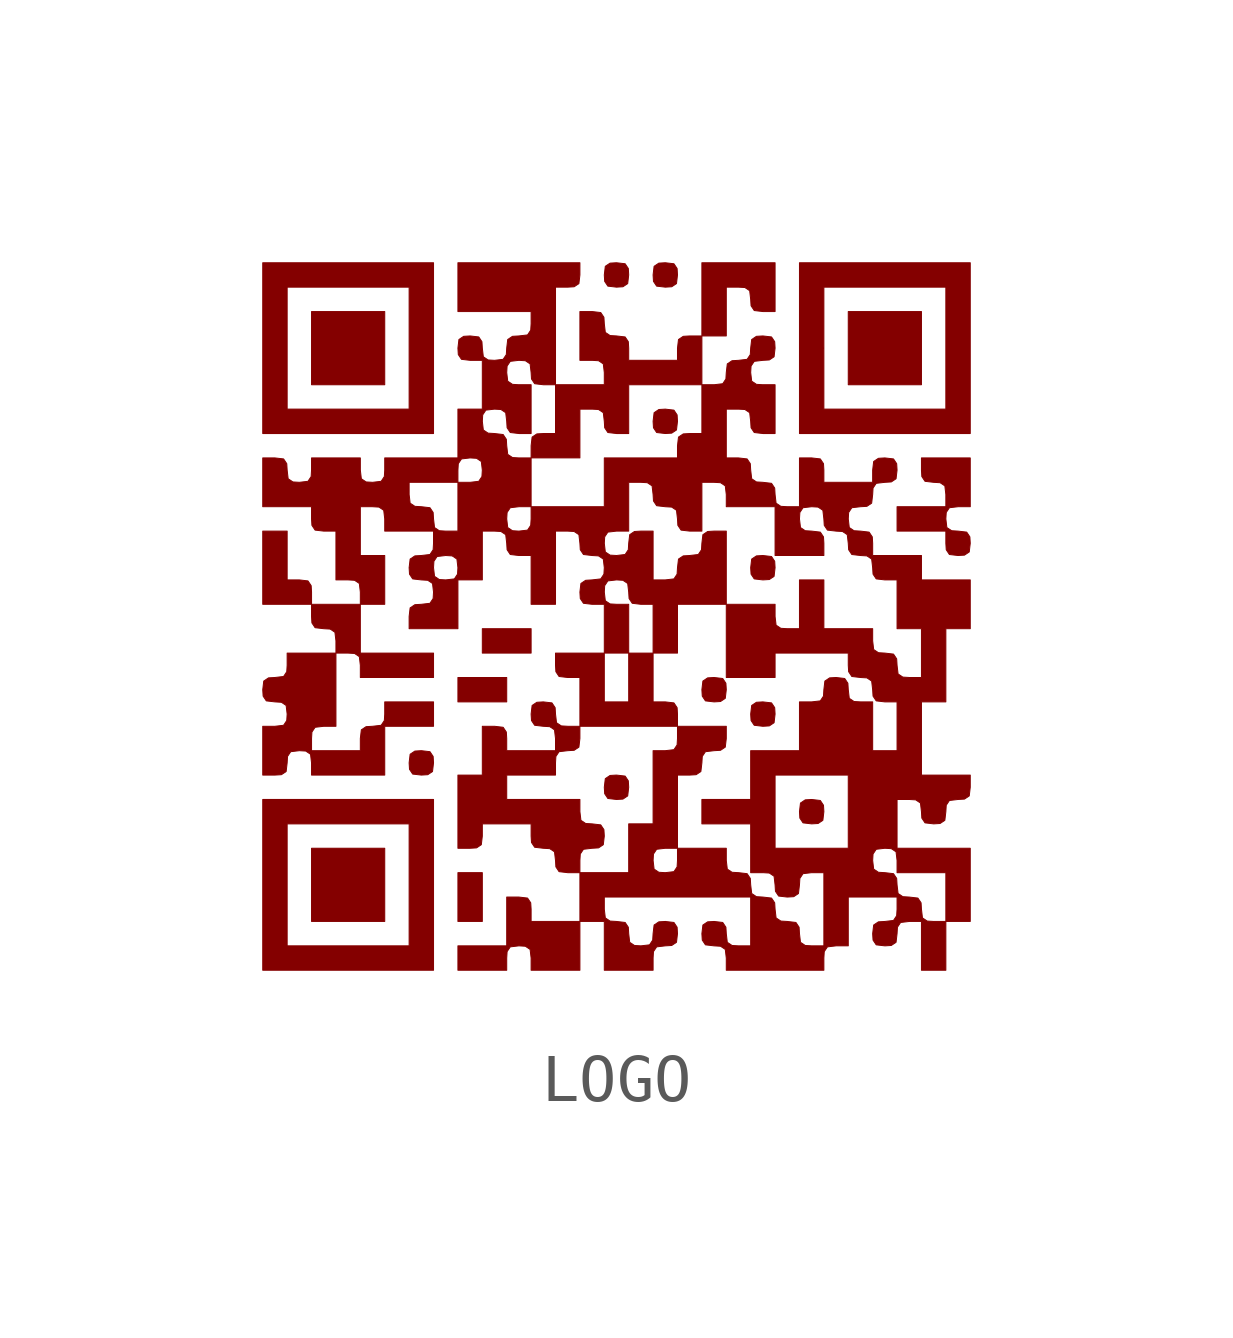
<source format=kicad_sym>
(kicad_symbol_lib
  (version 20241209)
  (generator "kicad_symbol_editor")
  (generator_version "9.0")
  (symbol "LOGO"
    (pin_names
      (offset 1.016))
    (property "Reference" "#G"
      (at 0 8.763 0)
      (effects (font (size 1.27 1.27)) (hide yes)))
    (symbol "LOGO_0_0"
      (polyline (pts (xy -6.978 -3.294) (xy -6.879 -3.228) (xy -6.858 -3.048) (xy -6.85 -2.914) (xy -6.784 -2.815) (xy -6.604 -2.794) (xy -6.47 -2.802) (xy -6.371 -2.868) (xy -6.35 -3.048) (xy -6.35 -3.302) (xy -5.588 -3.302) (xy -4.826 -3.302) (xy -4.826 -2.794) (xy -4.826 -2.286) (xy -4.318 -2.286) (xy -3.81 -2.286) (xy -3.81 -2.032) (xy -3.81 -1.778) (xy -4.318 -1.778) (xy -4.826 -1.778) (xy -4.826 -2.032) (xy -4.834 -2.166) (xy -4.9 -2.265) (xy -5.08 -2.286) (xy -5.214 -2.294) (xy -5.313 -2.36) (xy -5.334 -2.54) (xy -5.334 -2.794) (xy -5.842 -2.794) (xy -6.35 -2.794) (xy -6.35 -2.54) (xy -6.342 -2.406) (xy -6.276 -2.307) (xy -6.096 -2.286) (xy -5.842 -2.286) (xy -5.842 -1.524) (xy -5.842 -0.762) (xy -5.588 -0.762) (xy -5.454 -0.77) (xy -5.355 -0.836) (xy -5.334 -1.016) (xy -5.334 -1.27) (xy -4.572 -1.27) (xy -3.81 -1.27) (xy -3.81 -1.016) (xy -3.81 -0.762) (xy -4.572 -0.762) (xy -5.334 -0.762) (xy -5.334 -0.254) (xy -5.334 0.254) (xy -5.842 0.254) (xy -6.35 0.254) (xy -6.35 0.508) (xy -6.358 0.642) (xy -6.424 0.741) (xy -6.604 0.762) (xy -6.858 0.762) (xy -6.858 1.27) (xy -6.858 1.778) (xy -7.112 1.778) (xy -7.366 1.778) (xy -7.366 1.016) (xy -7.366 0.254) (xy -6.858 0.254) (xy -6.35 0.254) (xy -6.35 0) (xy -6.342 -0.134) (xy -6.276 -0.233) (xy -6.096 -0.254) (xy -5.962 -0.262) (xy -5.863 -0.328) (xy -5.842 -0.508) (xy -5.842 -0.762) (xy -6.35 -0.762) (xy -6.858 -0.762) (xy -6.858 -1.016) (xy -6.866 -1.15) (xy -6.932 -1.249) (xy -7.112 -1.27) (xy -7.246 -1.278) (xy -7.345 -1.344) (xy -7.366 -1.524) (xy -7.358 -1.658) (xy -7.292 -1.757) (xy -7.112 -1.778) (xy -6.978 -1.786) (xy -6.879 -1.852) (xy -6.858 -2.032) (xy -6.866 -2.166) (xy -6.932 -2.265) (xy -7.112 -2.286) (xy -7.366 -2.286) (xy -7.366 -2.794) (xy -7.366 -3.302) (xy -7.112 -3.302) (xy -6.978 -3.294)) (stroke (width 0.01) (type default)) (fill (type outline)))
      (polyline (pts (xy -4.826 5.588) (xy -4.826 6.35) (xy -5.588 6.35) (xy -6.35 6.35) (xy -6.35 5.588) (xy -6.35 4.826) (xy -5.588 4.826) (xy -4.826 4.826) (xy -4.826 5.588)) (stroke (width 0.01) (type default)) (fill (type outline)))
      (polyline (pts (xy -4.826 -5.588) (xy -4.826 -4.826) (xy -5.588 -4.826) (xy -6.35 -4.826) (xy -6.35 -5.588) (xy -6.35 -6.35) (xy -5.588 -6.35) (xy -4.826 -6.35) (xy -4.826 -5.588)) (stroke (width 0.01) (type default)) (fill (type outline)))
      (polyline (pts (xy -3.93 -3.294) (xy -3.831 -3.228) (xy -3.81 -3.048) (xy -3.818 -2.914) (xy -3.884 -2.815) (xy -4.064 -2.794) (xy -4.198 -2.802) (xy -4.297 -2.868) (xy -4.318 -3.048) (xy -4.31 -3.182) (xy -4.244 -3.281) (xy -4.064 -3.302) (xy -3.93 -3.294)) (stroke (width 0.01) (type default)) (fill (type outline)))
      (polyline (pts (xy -3.81 5.588) (xy -3.81 7.366) (xy -5.588 7.366) (xy -7.366 7.366) (xy -7.366 5.588) (xy -6.858 5.588) (xy -6.858 6.858) (xy -5.588 6.858) (xy -4.318 6.858) (xy -4.318 5.588) (xy -4.318 4.318) (xy -5.588 4.318) (xy -6.858 4.318) (xy -6.858 5.588) (xy -7.366 5.588) (xy -7.366 3.81) (xy -5.588 3.81) (xy -3.81 3.81) (xy -3.81 5.588)) (stroke (width 0.01) (type default)) (fill (type outline)))
      (polyline (pts (xy -3.81 -5.588) (xy -3.81 -3.81) (xy -5.588 -3.81) (xy -7.366 -3.81) (xy -7.366 -5.588) (xy -6.858 -5.588) (xy -6.858 -4.318) (xy -5.588 -4.318) (xy -4.318 -4.318) (xy -4.318 -5.588) (xy -4.318 -6.858) (xy -5.588 -6.858) (xy -6.858 -6.858) (xy -6.858 -5.588) (xy -7.366 -5.588) (xy -7.366 -7.366) (xy -5.588 -7.366) (xy -3.81 -7.366) (xy -3.81 -5.588)) (stroke (width 0.01) (type default)) (fill (type outline)))
      (polyline (pts (xy -2.794 -5.842) (xy -2.794 -5.334) (xy -3.048 -5.334) (xy -3.302 -5.334) (xy -3.302 -5.842) (xy -3.302 -6.35) (xy -3.048 -6.35) (xy -2.794 -6.35) (xy -2.794 -5.842)) (stroke (width 0.01) (type default)) (fill (type outline)))
      (polyline (pts (xy -2.286 -1.524) (xy -2.286 -1.27) (xy -2.794 -1.27) (xy -3.302 -1.27) (xy -3.302 -1.524) (xy -3.302 -1.778) (xy -2.794 -1.778) (xy -2.286 -1.778) (xy -2.286 -1.524)) (stroke (width 0.01) (type default)) (fill (type outline)))
      (polyline (pts (xy -2.286 -7.112) (xy -2.278 -6.978) (xy -2.212 -6.879) (xy -2.032 -6.858) (xy -1.898 -6.866) (xy -1.799 -6.932) (xy -1.778 -7.112) (xy -1.778 -7.366) (xy -1.27 -7.366) (xy -0.762 -7.366) (xy -0.762 -6.858) (xy -0.762 -6.35) (xy -0.508 -6.35) (xy -0.254 -6.35) (xy -0.254 -6.858) (xy -0.254 -7.366) (xy 0.254 -7.366) (xy 0.762 -7.366) (xy 0.762 -7.112) (xy 0.77 -6.978) (xy 0.836 -6.879) (xy 1.016 -6.858) (xy 1.15 -6.85) (xy 1.249 -6.784) (xy 1.27 -6.604) (xy 1.262 -6.47) (xy 1.196 -6.371) (xy 1.016 -6.35) (xy 0.882 -6.358) (xy 0.783 -6.424) (xy 0.762 -6.604) (xy 0.754 -6.738) (xy 0.688 -6.837) (xy 0.508 -6.858) (xy 0.374 -6.85) (xy 0.275 -6.784) (xy 0.254 -6.604) (xy 0.246 -6.47) (xy 0.18 -6.371) (xy 0 -6.35) (xy -0.134 -6.342) (xy -0.233 -6.276) (xy -0.254 -6.096) (xy -0.254 -5.842) (xy 1.27 -5.842) (xy 2.794 -5.842) (xy 2.794 -6.35) (xy 2.794 -6.858) (xy 2.54 -6.858) (xy 2.406 -6.85) (xy 2.307 -6.784) (xy 2.286 -6.604) (xy 2.278 -6.47) (xy 2.212 -6.371) (xy 2.032 -6.35) (xy 1.898 -6.358) (xy 1.799 -6.424) (xy 1.778 -6.604) (xy 1.786 -6.738) (xy 1.852 -6.837) (xy 2.032 -6.858) (xy 2.166 -6.866) (xy 2.265 -6.932) (xy 2.286 -7.112) (xy 2.286 -7.366) (xy 3.302 -7.366) (xy 4.318 -7.366) (xy 4.318 -7.112) (xy 4.326 -6.978) (xy 4.392 -6.879) (xy 4.572 -6.858) (xy 4.826 -6.858) (xy 4.826 -6.35) (xy 4.826 -5.842) (xy 5.334 -5.842) (xy 5.842 -5.842) (xy 5.842 -6.096) (xy 5.834 -6.23) (xy 5.768 -6.329) (xy 5.588 -6.35) (xy 5.454 -6.358) (xy 5.355 -6.424) (xy 5.334 -6.604) (xy 5.342 -6.738) (xy 5.408 -6.837) (xy 5.588 -6.858) (xy 5.722 -6.85) (xy 5.821 -6.784) (xy 5.842 -6.604) (xy 5.85 -6.47) (xy 5.916 -6.371) (xy 6.096 -6.35) (xy 6.35 -6.35) (xy 6.35 -6.858) (xy 6.35 -7.366) (xy 6.604 -7.366) (xy 6.858 -7.366) (xy 6.858 -6.858) (xy 6.858 -6.35) (xy 6.604 -6.35) (xy 6.47 -6.342) (xy 6.371 -6.276) (xy 6.35 -6.096) (xy 6.342 -5.962) (xy 6.276 -5.863) (xy 6.096 -5.842) (xy 5.962 -5.834) (xy 5.863 -5.768) (xy 5.842 -5.588) (xy 5.834 -5.454) (xy 5.768 -5.355) (xy 5.588 -5.334) (xy 5.454 -5.326) (xy 5.355 -5.26) (xy 5.334 -5.08) (xy 5.342 -4.946) (xy 5.408 -4.847) (xy 5.588 -4.826) (xy 5.722 -4.834) (xy 5.821 -4.9) (xy 5.842 -5.08) (xy 5.842 -5.334) (xy 6.35 -5.334) (xy 6.858 -5.334) (xy 6.858 -5.842) (xy 6.858 -6.35) (xy 7.112 -6.35) (xy 7.366 -6.35) (xy 7.366 -5.588) (xy 7.366 -4.826) (xy 6.604 -4.826) (xy 5.842 -4.826) (xy 5.842 -4.318) (xy 5.842 -3.81) (xy 6.096 -3.81) (xy 6.23 -3.818) (xy 6.329 -3.884) (xy 6.35 -4.064) (xy 6.358 -4.198) (xy 6.424 -4.297) (xy 6.604 -4.318) (xy 6.738 -4.31) (xy 6.837 -4.244) (xy 6.858 -4.064) (xy 6.866 -3.93) (xy 6.932 -3.831) (xy 7.112 -3.81) (xy 7.246 -3.802) (xy 7.345 -3.736) (xy 7.366 -3.556) (xy 7.366 -3.302) (xy 6.858 -3.302) (xy 6.35 -3.302) (xy 6.35 -2.54) (xy 6.35 -1.778) (xy 6.604 -1.778) (xy 6.858 -1.778) (xy 6.858 -1.016) (xy 6.858 -0.254) (xy 7.112 -0.254) (xy 7.366 -0.254) (xy 7.366 0.254) (xy 7.366 0.762) (xy 6.858 0.762) (xy 6.35 0.762) (xy 6.35 1.016) (xy 6.35 1.27) (xy 5.842 1.27) (xy 5.334 1.27) (xy 5.334 1.524) (xy 5.326 1.658) (xy 5.26 1.757) (xy 5.08 1.778) (xy 4.946 1.786) (xy 4.847 1.852) (xy 4.826 2.032) (xy 4.834 2.166) (xy 4.9 2.265) (xy 5.08 2.286) (xy 5.214 2.294) (xy 5.313 2.36) (xy 5.334 2.54) (xy 5.342 2.674) (xy 5.408 2.773) (xy 5.588 2.794) (xy 5.722 2.802) (xy 5.821 2.868) (xy 5.842 3.048) (xy 5.834 3.182) (xy 5.768 3.281) (xy 5.588 3.302) (xy 5.454 3.294) (xy 5.355 3.228) (xy 5.334 3.048) (xy 5.334 2.794) (xy 4.826 2.794) (xy 4.318 2.794) (xy 4.318 3.048) (xy 4.31 3.182) (xy 4.244 3.281) (xy 4.064 3.302) (xy 3.81 3.302) (xy 3.81 2.794) (xy 3.81 2.286) (xy 3.556 2.286) (xy 3.422 2.294) (xy 3.323 2.36) (xy 3.302 2.54) (xy 3.294 2.674) (xy 3.228 2.773) (xy 3.048 2.794) (xy 2.914 2.802) (xy 2.815 2.868) (xy 2.794 3.048) (xy 2.786 3.182) (xy 2.72 3.281) (xy 2.54 3.302) (xy 2.286 3.302) (xy 2.286 3.81) (xy 2.286 4.318) (xy 2.54 4.318) (xy 2.674 4.31) (xy 2.773 4.244) (xy 2.794 4.064) (xy 2.802 3.93) (xy 2.868 3.831) (xy 3.048 3.81) (xy 3.302 3.81) (xy 3.302 4.318) (xy 3.302 4.826) (xy 3.048 4.826) (xy 2.914 4.834) (xy 2.815 4.9) (xy 2.794 5.08) (xy 2.802 5.214) (xy 2.868 5.313) (xy 3.048 5.334) (xy 3.182 5.342) (xy 3.281 5.408) (xy 3.302 5.588) (xy 3.294 5.722) (xy 3.228 5.821) (xy 3.048 5.842) (xy 2.914 5.834) (xy 2.815 5.768) (xy 2.794 5.588) (xy 2.786 5.454) (xy 2.72 5.355) (xy 2.54 5.334) (xy 2.406 5.326) (xy 2.307 5.26) (xy 2.286 5.08) (xy 2.278 4.946) (xy 2.212 4.847) (xy 2.032 4.826) (xy 1.778 4.826) (xy 1.778 5.334) (xy 1.778 5.842) (xy 1.524 5.842) (xy 1.39 5.834) (xy 1.291 5.768) (xy 1.27 5.588) (xy 1.27 5.334) (xy 0.762 5.334) (xy 0.254 5.334) (xy 0.254 5.588) (xy 0.246 5.722) (xy 0.18 5.821) (xy 0 5.842) (xy -0.134 5.85) (xy -0.233 5.916) (xy -0.254 6.096) (xy -0.262 6.23) (xy -0.328 6.329) (xy -0.508 6.35) (xy -0.762 6.35) (xy -0.762 5.842) (xy -0.762 5.334) (xy -0.508 5.334) (xy -0.374 5.326) (xy -0.275 5.26) (xy -0.254 5.08) (xy -0.254 4.826) (xy -0.762 4.826) (xy -1.27 4.826) (xy -1.27 5.842) (xy -1.27 6.858) (xy -1.016 6.858) (xy -0.882 6.866) (xy -0.783 6.932) (xy -0.762 7.112) (xy -0.762 7.366) (xy -2.032 7.366) (xy -3.302 7.366) (xy -3.302 6.858) (xy -3.302 6.35) (xy -2.54 6.35) (xy -1.778 6.35) (xy -1.778 6.096) (xy -1.786 5.962) (xy -1.852 5.863) (xy -2.032 5.842) (xy -2.166 5.834) (xy -2.265 5.768) (xy -2.286 5.588) (xy -2.294 5.454) (xy -2.36 5.355) (xy -2.54 5.334) (xy -2.674 5.342) (xy -2.773 5.408) (xy -2.794 5.588) (xy -2.802 5.722) (xy -2.868 5.821) (xy -3.048 5.842) (xy -3.182 5.834) (xy -3.281 5.768) (xy -3.302 5.588) (xy -3.294 5.454) (xy -3.228 5.355) (xy -3.048 5.334) (xy -2.794 5.334) (xy -2.794 4.826) (xy -2.794 4.318) (xy -3.048 4.318) (xy -3.302 4.318) (xy -3.302 4.064) (xy -2.794 4.064) (xy -2.786 4.198) (xy -2.72 4.297) (xy -2.54 4.318) (xy -2.406 4.31) (xy -2.307 4.244) (xy -2.286 4.064) (xy -2.278 3.93) (xy -2.212 3.831) (xy -2.032 3.81) (xy -1.778 3.81) (xy -1.778 4.318) (xy -1.778 4.826) (xy -2.032 4.826) (xy -2.166 4.834) (xy -2.265 4.9) (xy -2.286 5.08) (xy -2.278 5.214) (xy -2.212 5.313) (xy -2.032 5.334) (xy -1.898 5.326) (xy -1.799 5.26) (xy -1.778 5.08) (xy -1.77 4.946) (xy -1.704 4.847) (xy -1.524 4.826) (xy -1.27 4.826) (xy -1.27 4.318) (xy -1.27 3.81) (xy -1.524 3.81) (xy -1.658 3.802) (xy -1.757 3.736) (xy -1.778 3.556) (xy -1.778 3.302) (xy -1.27 3.302) (xy -0.762 3.302) (xy -0.762 3.81) (xy -0.762 4.318) (xy -0.508 4.318) (xy -0.374 4.31) (xy -0.275 4.244) (xy -0.254 4.064) (xy -0.246 3.93) (xy -0.18 3.831) (xy 0 3.81) (xy 0.254 3.81) (xy 0.254 4.318) (xy 0.254 4.826) (xy 1.016 4.826) (xy 1.778 4.826) (xy 1.778 4.318) (xy 1.778 3.81) (xy 1.524 3.81) (xy 1.39 3.802) (xy 1.291 3.736) (xy 1.27 3.556) (xy 1.27 3.302) (xy 0.508 3.302) (xy -0.254 3.302) (xy -0.254 2.794) (xy -0.254 2.286) (xy -1.016 2.286) (xy -1.778 2.286) (xy -1.778 2.794) (xy -1.778 3.302) (xy -2.032 3.302) (xy -2.166 3.31) (xy -2.265 3.376) (xy -2.286 3.556) (xy -2.294 3.69) (xy -2.36 3.789) (xy -2.54 3.81) (xy -2.674 3.818) (xy -2.773 3.884) (xy -2.794 4.064) (xy -3.302 4.064) (xy -3.302 3.81) (xy -3.302 3.302) (xy -4.064 3.302) (xy -4.826 3.302) (xy -4.826 3.048) (xy -3.302 3.048) (xy -3.294 3.182) (xy -3.228 3.281) (xy -3.048 3.302) (xy -2.914 3.294) (xy -2.815 3.228) (xy -2.794 3.048) (xy -2.802 2.914) (xy -2.868 2.815) (xy -3.048 2.794) (xy -3.302 2.794) (xy -3.302 3.048) (xy -4.826 3.048) (xy -4.834 2.914) (xy -4.9 2.815) (xy -5.08 2.794) (xy -5.214 2.802) (xy -5.313 2.868) (xy -5.334 3.048) (xy -5.334 3.302) (xy -5.842 3.302) (xy -6.35 3.302) (xy -6.35 3.048) (xy -6.358 2.914) (xy -6.424 2.815) (xy -6.604 2.794) (xy -6.738 2.802) (xy -6.837 2.868) (xy -6.858 3.048) (xy -6.866 3.182) (xy -6.932 3.281) (xy -7.112 3.302) (xy -7.366 3.302) (xy -7.366 2.794) (xy -7.366 2.54) (xy -4.318 2.54) (xy -4.318 2.794) (xy -3.81 2.794) (xy -3.302 2.794) (xy -3.302 2.286) (xy -3.302 2.032) (xy -2.286 2.032) (xy -2.278 2.166) (xy -2.212 2.265) (xy -2.032 2.286) (xy -1.778 2.286) (xy -1.778 2.032) (xy -1.786 1.898) (xy -1.852 1.799) (xy -2.032 1.778) (xy -2.166 1.786) (xy -2.265 1.852) (xy -2.286 2.032) (xy -3.302 2.032) (xy -3.302 1.778) (xy -3.556 1.778) (xy -3.69 1.786) (xy -3.789 1.852) (xy -3.81 2.032) (xy -3.818 2.166) (xy -3.884 2.265) (xy -4.064 2.286) (xy -4.198 2.294) (xy -4.297 2.36) (xy -4.318 2.54) (xy -7.366 2.54) (xy -7.366 2.286) (xy -6.858 2.286) (xy -6.35 2.286) (xy -6.35 2.032) (xy -6.342 1.898) (xy -6.276 1.799) (xy -6.096 1.778) (xy -5.842 1.778) (xy -5.842 1.27) (xy -5.842 0.762) (xy -5.588 0.762) (xy -5.454 0.754) (xy -5.355 0.688) (xy -5.334 0.508) (xy -5.334 0.254) (xy -5.08 0.254) (xy -4.826 0.254) (xy -4.826 0.762) (xy -4.826 1.27) (xy -5.08 1.27) (xy -5.334 1.27) (xy -5.334 1.778) (xy -5.334 2.286) (xy -5.08 2.286) (xy -4.946 2.278) (xy -4.847 2.212) (xy -4.826 2.032) (xy -4.826 1.778) (xy -4.318 1.778) (xy -3.81 1.778) (xy -3.81 1.524) (xy -3.818 1.39) (xy -3.884 1.291) (xy -4.064 1.27) (xy -4.198 1.262) (xy -4.297 1.196) (xy -4.318 1.016) (xy -3.81 1.016) (xy -3.802 1.15) (xy -3.736 1.249) (xy -3.556 1.27) (xy -3.422 1.262) (xy -3.323 1.196) (xy -3.302 1.016) (xy -3.31 0.882) (xy -3.376 0.783) (xy -3.556 0.762) (xy -3.69 0.77) (xy -3.789 0.836) (xy -3.81 1.016) (xy -4.318 1.016) (xy -4.31 0.882) (xy -4.244 0.783) (xy -4.064 0.762) (xy -3.93 0.754) (xy -3.831 0.688) (xy -3.81 0.508) (xy -3.818 0.374) (xy -3.884 0.275) (xy -4.064 0.254) (xy -4.198 0.246) (xy -4.297 0.18) (xy -4.318 0) (xy -4.318 -0.254) (xy -3.81 -0.254) (xy -3.302 -0.254) (xy -3.302 0.254) (xy -3.302 0.762) (xy -3.048 0.762) (xy -2.794 0.762) (xy -2.794 1.27) (xy -2.794 1.778) (xy -2.54 1.778) (xy -2.406 1.77) (xy -2.307 1.704) (xy -2.286 1.524) (xy -2.278 1.39) (xy -2.212 1.291) (xy -2.032 1.27) (xy -1.778 1.27) (xy -1.778 0.762) (xy -1.778 0.254) (xy -1.524 0.254) (xy -1.27 0.254) (xy -1.27 1.016) (xy -1.27 1.778) (xy -1.016 1.778) (xy -0.882 1.77) (xy -0.783 1.704) (xy -0.762 1.524) (xy -0.754 1.39) (xy -0.688 1.291) (xy -0.508 1.27) (xy -0.374 1.262) (xy -0.275 1.196) (xy -0.254 1.016) (xy -0.262 0.882) (xy -0.328 0.783) (xy -0.508 0.762) (xy -0.642 0.754) (xy -0.741 0.688) (xy -0.762 0.508) (xy -0.754 0.374) (xy -0.688 0.275) (xy -0.508 0.254) (xy -0.254 0.254) (xy -0.254 -0.254) (xy -0.254 -0.762) (xy 0 -0.762) (xy 0.254 -0.762) (xy 0.254 -0.254) (xy 0.254 0.254) (xy 0 0.254) (xy -0.134 0.262) (xy -0.233 0.328) (xy -0.254 0.508) (xy -0.246 0.642) (xy -0.18 0.741) (xy 0 0.762) (xy 0.134 0.754) (xy 0.233 0.688) (xy 0.254 0.508) (xy 0.262 0.374) (xy 0.328 0.275) (xy 0.508 0.254) (xy 0.762 0.254) (xy 0.762 -0.254) (xy 0.762 -0.762) (xy 1.016 -0.762) (xy 1.27 -0.762) (xy 1.27 -0.254) (xy 1.27 0.254) (xy 1.778 0.254) (xy 2.286 0.254) (xy 2.286 1.016) (xy 2.286 1.778) (xy 2.032 1.778) (xy 1.898 1.77) (xy 1.799 1.704) (xy 1.778 1.524) (xy 1.77 1.39) (xy 1.704 1.291) (xy 1.524 1.27) (xy 1.39 1.262) (xy 1.291 1.196) (xy 1.27 1.016) (xy 1.262 0.882) (xy 1.196 0.783) (xy 1.016 0.762) (xy 0.762 0.762) (xy 0.762 1.27) (xy 0.762 1.778) (xy 0.508 1.778) (xy 0.374 1.77) (xy 0.275 1.704) (xy 0.254 1.524) (xy 0.246 1.39) (xy 0.18 1.291) (xy 0 1.27) (xy -0.134 1.278) (xy -0.233 1.344) (xy -0.254 1.524) (xy -0.246 1.658) (xy -0.18 1.757) (xy 0 1.778) (xy 0.254 1.778) (xy 0.254 2.286) (xy 0.254 2.794) (xy 0.508 2.794) (xy 0.642 2.786) (xy 0.741 2.72) (xy 0.762 2.54) (xy 0.77 2.406) (xy 0.836 2.307) (xy 1.016 2.286) (xy 1.15 2.278) (xy 1.249 2.212) (xy 1.27 2.032) (xy 1.278 1.898) (xy 1.344 1.799) (xy 1.524 1.778) (xy 1.778 1.778) (xy 1.778 2.286) (xy 1.778 2.794) (xy 2.032 2.794) (xy 2.166 2.786) (xy 2.265 2.72) (xy 2.286 2.54) (xy 2.286 2.286) (xy 2.794 2.286) (xy 3.302 2.286) (xy 3.302 1.778) (xy 3.302 1.27) (xy 3.81 1.27) (xy 4.318 1.27) (xy 4.318 1.524) (xy 4.31 1.658) (xy 4.244 1.757) (xy 4.064 1.778) (xy 3.93 1.786) (xy 3.831 1.852) (xy 3.81 2.032) (xy 3.818 2.166) (xy 3.884 2.265) (xy 4.064 2.286) (xy 4.198 2.278) (xy 4.297 2.212) (xy 4.318 2.032) (xy 4.326 1.898) (xy 4.392 1.799) (xy 4.572 1.778) (xy 4.706 1.77) (xy 4.805 1.704) (xy 4.826 1.524) (xy 4.834 1.39) (xy 4.9 1.291) (xy 5.08 1.27) (xy 5.214 1.262) (xy 5.313 1.196) (xy 5.334 1.016) (xy 5.342 0.882) (xy 5.408 0.783) (xy 5.588 0.762) (xy 5.842 0.762) (xy 5.842 0.254) (xy 5.842 -0.254) (xy 6.096 -0.254) (xy 6.35 -0.254) (xy 6.35 -0.762) (xy 6.35 -1.27) (xy 6.096 -1.27) (xy 5.962 -1.262) (xy 5.863 -1.196) (xy 5.842 -1.016) (xy 5.834 -0.882) (xy 5.768 -0.783) (xy 5.588 -0.762) (xy 5.454 -0.754) (xy 5.355 -0.688) (xy 5.334 -0.508) (xy 5.334 -0.254) (xy 4.826 -0.254) (xy 4.318 -0.254) (xy 4.318 0.254) (xy 4.318 0.762) (xy 4.064 0.762) (xy 3.81 0.762) (xy 3.81 0.254) (xy 3.81 -0.254) (xy 3.556 -0.254) (xy 3.422 -0.246) (xy 3.323 -0.18) (xy 3.302 0) (xy 3.302 0.254) (xy 2.794 0.254) (xy 2.286 0.254) (xy 2.286 -0.508) (xy 2.286 -1.27) (xy 2.794 -1.27) (xy 3.302 -1.27) (xy 3.302 -1.016) (xy 3.302 -0.762) (xy 4.064 -0.762) (xy 4.826 -0.762) (xy 4.826 -1.016) (xy 4.834 -1.15) (xy 4.9 -1.249) (xy 5.08 -1.27) (xy 5.214 -1.278) (xy 5.313 -1.344) (xy 5.334 -1.524) (xy 5.342 -1.658) (xy 5.408 -1.757) (xy 5.588 -1.778) (xy 5.842 -1.778) (xy 5.842 -2.286) (xy 5.842 -2.794) (xy 5.588 -2.794) (xy 5.334 -2.794) (xy 5.334 -2.286) (xy 5.334 -1.778) (xy 5.08 -1.778) (xy 4.946 -1.77) (xy 4.847 -1.704) (xy 4.826 -1.524) (xy 4.818 -1.39) (xy 4.752 -1.291) (xy 4.572 -1.27) (xy 4.438 -1.278) (xy 4.339 -1.344) (xy 4.318 -1.524) (xy 4.31 -1.658) (xy 4.244 -1.757) (xy 4.064 -1.778) (xy 3.81 -1.778) (xy 3.81 -2.286) (xy 3.81 -2.794) (xy 3.302 -2.794) (xy 2.794 -2.794) (xy 2.794 -3.302) (xy 2.794 -3.81) (xy 2.286 -3.81) (xy 1.778 -3.81) (xy 1.778 -4.064) (xy 3.302 -4.064) (xy 3.302 -3.302) (xy 4.064 -3.302) (xy 4.826 -3.302) (xy 4.826 -4.064) (xy 4.826 -4.826) (xy 4.064 -4.826) (xy 3.302 -4.826) (xy 3.302 -4.064) (xy 1.778 -4.064) (xy 1.778 -4.318) (xy 2.286 -4.318) (xy 2.794 -4.318) (xy 2.794 -4.826) (xy 2.794 -5.334) (xy 3.048 -5.334) (xy 3.182 -5.342) (xy 3.281 -5.408) (xy 3.302 -5.588) (xy 3.31 -5.722) (xy 3.376 -5.821) (xy 3.556 -5.842) (xy 3.69 -5.834) (xy 3.789 -5.768) (xy 3.81 -5.588) (xy 3.818 -5.454) (xy 3.884 -5.355) (xy 4.064 -5.334) (xy 4.318 -5.334) (xy 4.318 -6.096) (xy 4.318 -6.858) (xy 4.064 -6.858) (xy 3.93 -6.85) (xy 3.831 -6.784) (xy 3.81 -6.604) (xy 3.802 -6.47) (xy 3.736 -6.371) (xy 3.556 -6.35) (xy 3.422 -6.342) (xy 3.323 -6.276) (xy 3.302 -6.096) (xy 3.294 -5.962) (xy 3.228 -5.863) (xy 3.048 -5.842) (xy 2.914 -5.834) (xy 2.815 -5.768) (xy 2.794 -5.588) (xy 2.786 -5.454) (xy 2.72 -5.355) (xy 2.54 -5.334) (xy 2.406 -5.326) (xy 2.307 -5.26) (xy 2.286 -5.08) (xy 2.286 -4.826) (xy 1.778 -4.826) (xy 1.27 -4.826) (xy 1.27 -5.08) (xy 1.262 -5.214) (xy 1.196 -5.313) (xy 1.016 -5.334) (xy 0.882 -5.326) (xy 0.783 -5.26) (xy 0.762 -5.08) (xy 0.77 -4.946) (xy 0.836 -4.847) (xy 1.016 -4.826) (xy 1.27 -4.826) (xy 1.27 -4.064) (xy 1.27 -3.302) (xy 1.524 -3.302) (xy 1.658 -3.294) (xy 1.757 -3.228) (xy 1.778 -3.048) (xy 1.786 -2.914) (xy 1.852 -2.815) (xy 2.032 -2.794) (xy 2.166 -2.786) (xy 2.265 -2.72) (xy 2.286 -2.54) (xy 2.286 -2.286) (xy 1.778 -2.286) (xy 1.27 -2.286) (xy 1.27 -2.54) (xy 1.262 -2.674) (xy 1.196 -2.773) (xy 1.016 -2.794) (xy 0.762 -2.794) (xy 0.762 -3.556) (xy 0.762 -4.318) (xy 0.508 -4.318) (xy 0.254 -4.318) (xy 0.254 -4.826) (xy 0.254 -5.334) (xy -0.254 -5.334) (xy -0.762 -5.334) (xy -0.762 -5.08) (xy -0.754 -4.946) (xy -0.688 -4.847) (xy -0.508 -4.826) (xy -0.374 -4.818) (xy -0.275 -4.752) (xy -0.254 -4.572) (xy -0.262 -4.438) (xy -0.328 -4.339) (xy -0.508 -4.318) (xy -0.642 -4.31) (xy -0.741 -4.244) (xy -0.762 -4.064) (xy -0.762 -3.81) (xy -1.524 -3.81) (xy -2.286 -3.81) (xy -2.286 -3.556) (xy -2.286 -3.302) (xy -1.778 -3.302) (xy -1.27 -3.302) (xy -1.27 -3.048) (xy -1.262 -2.914) (xy -1.196 -2.815) (xy -1.016 -2.794) (xy -0.882 -2.786) (xy -0.783 -2.72) (xy -0.762 -2.54) (xy -0.762 -2.286) (xy -1.016 -2.286) (xy -1.15 -2.278) (xy -1.249 -2.212) (xy -1.27 -2.032) (xy -1.278 -1.898) (xy -1.344 -1.799) (xy -1.524 -1.778) (xy -1.658 -1.786) (xy -1.757 -1.852) (xy -1.778 -2.032) (xy -1.77 -2.166) (xy -1.704 -2.265) (xy -1.524 -2.286) (xy -1.39 -2.294) (xy -1.291 -2.36) (xy -1.27 -2.54) (xy -1.27 -2.794) (xy -1.778 -2.794) (xy -2.286 -2.794) (xy -2.286 -2.54) (xy -2.294 -2.406) (xy -2.36 -2.307) (xy -2.54 -2.286) (xy -2.794 -2.286) (xy -2.794 -2.794) (xy -2.794 -3.302) (xy -3.048 -3.302) (xy -3.302 -3.302) (xy -3.302 -4.064) (xy -3.302 -4.826) (xy -3.048 -4.826) (xy -2.914 -4.818) (xy -2.815 -4.752) (xy -2.794 -4.572) (xy -2.794 -4.318) (xy -2.286 -4.318) (xy -1.778 -4.318) (xy -1.778 -4.572) (xy -1.77 -4.706) (xy -1.704 -4.805) (xy -1.524 -4.826) (xy -1.39 -4.834) (xy -1.291 -4.9) (xy -1.27 -5.08) (xy -1.262 -5.214) (xy -1.196 -5.313) (xy -1.016 -5.334) (xy -0.762 -5.334) (xy -0.762 -5.842) (xy -0.762 -6.35) (xy -1.27 -6.35) (xy -1.778 -6.35) (xy -1.778 -6.096) (xy -1.786 -5.962) (xy -1.852 -5.863) (xy -2.032 -5.842) (xy -2.286 -5.842) (xy -2.286 -6.35) (xy -2.286 -6.858) (xy -2.794 -6.858) (xy -3.302 -6.858) (xy -3.302 -7.112) (xy -3.302 -7.366) (xy -2.794 -7.366) (xy -2.286 -7.366) (xy -2.286 -7.112)) (stroke (width 0.01) (type default)) (fill (type outline)))
      (polyline (pts (xy -1.778 -0.508) (xy -1.778 -0.254) (xy -2.286 -0.254) (xy -2.794 -0.254) (xy -2.794 -0.508) (xy -2.794 -0.762) (xy -2.286 -0.762) (xy -1.778 -0.762) (xy -1.778 -0.508)) (stroke (width 0.01) (type default)) (fill (type outline)))
      (polyline (pts (xy 0.134 6.866) (xy 0.233 6.932) (xy 0.254 7.112) (xy 0.246 7.246) (xy 0.18 7.345) (xy 0 7.366) (xy -0.134 7.358) (xy -0.233 7.292) (xy -0.254 7.112) (xy -0.246 6.978) (xy -0.18 6.879) (xy 0 6.858) (xy 0.134 6.866)) (stroke (width 0.01) (type default)) (fill (type outline)))
      (polyline (pts (xy 0.134 -3.802) (xy 0.233 -3.736) (xy 0.254 -3.556) (xy 0.246 -3.422) (xy 0.18 -3.323) (xy 0 -3.302) (xy -0.134 -3.31) (xy -0.233 -3.376) (xy -0.254 -3.556) (xy -0.246 -3.69) (xy -0.18 -3.789) (xy 0 -3.81) (xy 0.134 -3.802)) (stroke (width 0.01) (type default)) (fill (type outline)))
      (polyline (pts (xy 1.15 6.866) (xy 1.249 6.932) (xy 1.27 7.112) (xy 1.262 7.246) (xy 1.196 7.345) (xy 1.016 7.366) (xy 0.882 7.358) (xy 0.783 7.292) (xy 0.762 7.112) (xy 0.77 6.978) (xy 0.836 6.879) (xy 1.016 6.858) (xy 1.15 6.866)) (stroke (width 0.01) (type default)) (fill (type outline)))
      (polyline (pts (xy 1.15 3.818) (xy 1.249 3.884) (xy 1.27 4.064) (xy 1.262 4.198) (xy 1.196 4.297) (xy 1.016 4.318) (xy 0.882 4.31) (xy 0.783 4.244) (xy 0.762 4.064) (xy 0.77 3.93) (xy 0.836 3.831) (xy 1.016 3.81) (xy 1.15 3.818)) (stroke (width 0.01) (type default)) (fill (type outline)))
      (polyline (pts (xy 1.27 -2.032) (xy 1.262 -1.898) (xy 1.196 -1.799) (xy 1.016 -1.778) (xy 0.762 -1.778) (xy 0.762 -1.27) (xy 0.762 -0.762) (xy 0.508 -0.762) (xy 0.254 -0.762) (xy 0.254 -1.27) (xy 0.254 -1.778) (xy 0 -1.778) (xy -0.254 -1.778) (xy -0.254 -1.27) (xy -0.254 -0.762) (xy -0.762 -0.762) (xy -1.27 -0.762) (xy -1.27 -1.016) (xy -1.262 -1.15) (xy -1.196 -1.249) (xy -1.016 -1.27) (xy -0.762 -1.27) (xy -0.762 -1.778) (xy -0.762 -2.286) (xy 0.254 -2.286) (xy 1.27 -2.286) (xy 1.27 -2.032)) (stroke (width 0.01) (type default)) (fill (type outline)))
      (polyline (pts (xy 2.166 -1.77) (xy 2.265 -1.704) (xy 2.286 -1.524) (xy 2.278 -1.39) (xy 2.212 -1.291) (xy 2.032 -1.27) (xy 1.898 -1.278) (xy 1.799 -1.344) (xy 1.778 -1.524) (xy 1.786 -1.658) (xy 1.852 -1.757) (xy 2.032 -1.778) (xy 2.166 -1.77)) (stroke (width 0.01) (type default)) (fill (type outline)))
      (polyline (pts (xy 2.286 6.35) (xy 2.286 6.858) (xy 2.54 6.858) (xy 2.674 6.85) (xy 2.773 6.784) (xy 2.794 6.604) (xy 2.802 6.47) (xy 2.868 6.371) (xy 3.048 6.35) (xy 3.302 6.35) (xy 3.302 6.858) (xy 3.302 7.366) (xy 2.54 7.366) (xy 1.778 7.366) (xy 1.778 6.604) (xy 1.778 5.842) (xy 2.032 5.842) (xy 2.286 5.842) (xy 2.286 6.35)) (stroke (width 0.01) (type default)) (fill (type outline)))
      (polyline (pts (xy 3.182 0.77) (xy 3.281 0.836) (xy 3.302 1.016) (xy 3.294 1.15) (xy 3.228 1.249) (xy 3.048 1.27) (xy 2.914 1.262) (xy 2.815 1.196) (xy 2.794 1.016) (xy 2.802 0.882) (xy 2.868 0.783) (xy 3.048 0.762) (xy 3.182 0.77)) (stroke (width 0.01) (type default)) (fill (type outline)))
      (polyline (pts (xy 3.182 -2.278) (xy 3.281 -2.212) (xy 3.302 -2.032) (xy 3.294 -1.898) (xy 3.228 -1.799) (xy 3.048 -1.778) (xy 2.914 -1.786) (xy 2.815 -1.852) (xy 2.794 -2.032) (xy 2.802 -2.166) (xy 2.868 -2.265) (xy 3.048 -2.286) (xy 3.182 -2.278)) (stroke (width 0.01) (type default)) (fill (type outline)))
      (polyline (pts (xy 4.198 -4.31) (xy 4.297 -4.244) (xy 4.318 -4.064) (xy 4.31 -3.93) (xy 4.244 -3.831) (xy 4.064 -3.81) (xy 3.93 -3.818) (xy 3.831 -3.884) (xy 3.81 -4.064) (xy 3.818 -4.198) (xy 3.884 -4.297) (xy 4.064 -4.318) (xy 4.198 -4.31)) (stroke (width 0.01) (type default)) (fill (type outline)))
      (polyline (pts (xy 6.35 5.588) (xy 6.35 6.35) (xy 5.588 6.35) (xy 4.826 6.35) (xy 4.826 5.588) (xy 4.826 4.826) (xy 5.588 4.826) (xy 6.35 4.826) (xy 6.35 5.588)) (stroke (width 0.01) (type default)) (fill (type outline)))
      (polyline (pts (xy 7.246 1.278) (xy 7.345 1.344) (xy 7.366 1.524) (xy 7.358 1.658) (xy 7.292 1.757) (xy 7.112 1.778) (xy 6.978 1.786) (xy 6.879 1.852) (xy 6.858 2.032) (xy 6.866 2.166) (xy 6.932 2.265) (xy 7.112 2.286) (xy 7.366 2.286) (xy 7.366 2.794) (xy 7.366 3.302) (xy 6.858 3.302) (xy 6.35 3.302) (xy 6.35 3.048) (xy 6.358 2.914) (xy 6.424 2.815) (xy 6.604 2.794) (xy 6.738 2.786) (xy 6.837 2.72) (xy 6.858 2.54) (xy 6.858 2.286) (xy 6.35 2.286) (xy 5.842 2.286) (xy 5.842 2.032) (xy 5.842 1.778) (xy 6.35 1.778) (xy 6.858 1.778) (xy 6.858 1.524) (xy 6.866 1.39) (xy 6.932 1.291) (xy 7.112 1.27) (xy 7.246 1.278)) (stroke (width 0.01) (type default)) (fill (type outline)))
      (polyline (pts (xy 7.366 5.588) (xy 7.366 7.366) (xy 5.588 7.366) (xy 3.81 7.366) (xy 3.81 5.588) (xy 4.318 5.588) (xy 4.318 6.858) (xy 5.588 6.858) (xy 6.858 6.858) (xy 6.858 5.588) (xy 6.858 4.318) (xy 5.588 4.318) (xy 4.318 4.318) (xy 4.318 5.588) (xy 3.81 5.588) (xy 3.81 3.81) (xy 5.588 3.81) (xy 7.366 3.81) (xy 7.366 5.588)) (stroke (width 0.01) (type default)) (fill (type outline))))))
</source>
